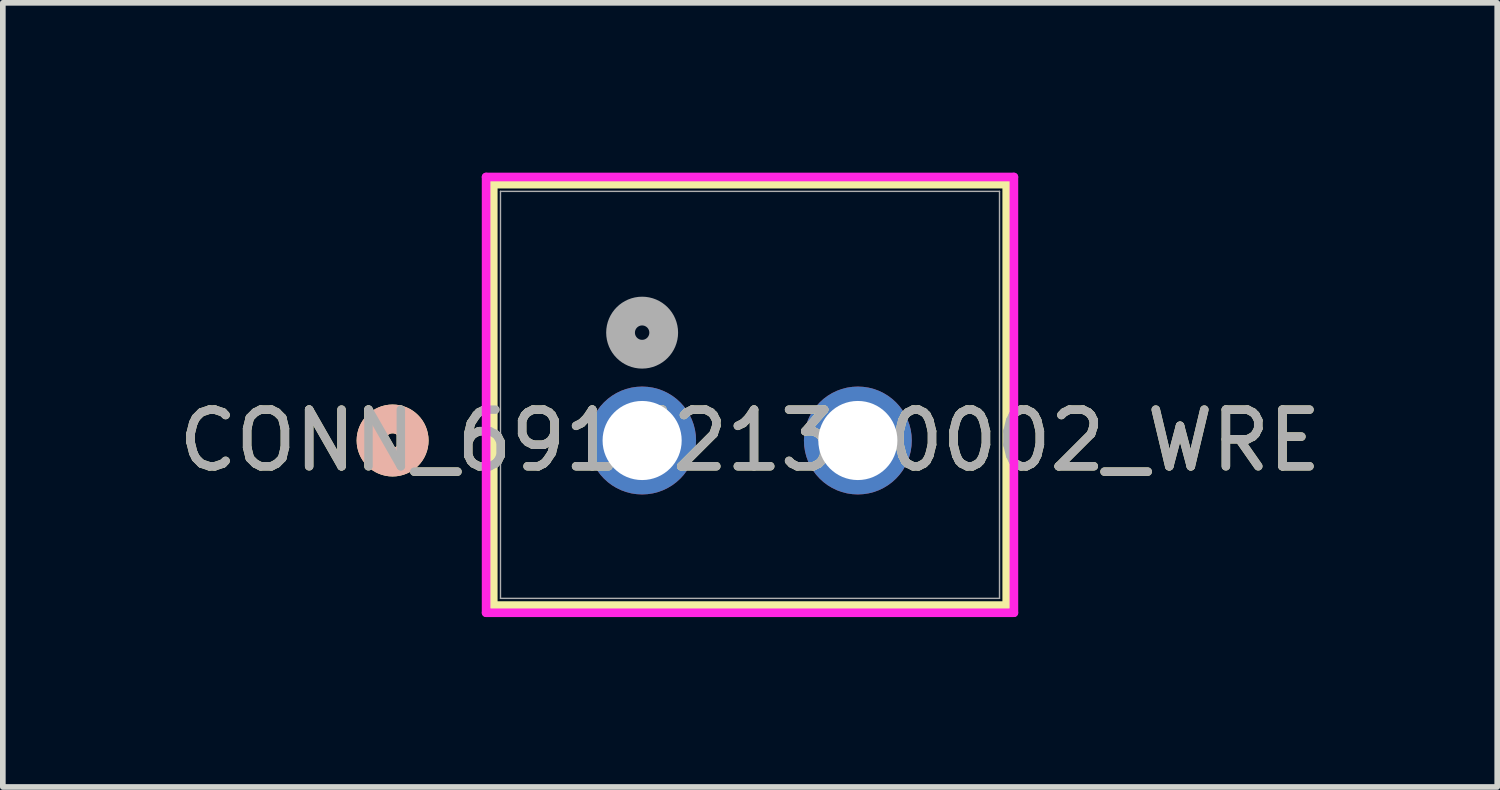
<source format=kicad_pcb>
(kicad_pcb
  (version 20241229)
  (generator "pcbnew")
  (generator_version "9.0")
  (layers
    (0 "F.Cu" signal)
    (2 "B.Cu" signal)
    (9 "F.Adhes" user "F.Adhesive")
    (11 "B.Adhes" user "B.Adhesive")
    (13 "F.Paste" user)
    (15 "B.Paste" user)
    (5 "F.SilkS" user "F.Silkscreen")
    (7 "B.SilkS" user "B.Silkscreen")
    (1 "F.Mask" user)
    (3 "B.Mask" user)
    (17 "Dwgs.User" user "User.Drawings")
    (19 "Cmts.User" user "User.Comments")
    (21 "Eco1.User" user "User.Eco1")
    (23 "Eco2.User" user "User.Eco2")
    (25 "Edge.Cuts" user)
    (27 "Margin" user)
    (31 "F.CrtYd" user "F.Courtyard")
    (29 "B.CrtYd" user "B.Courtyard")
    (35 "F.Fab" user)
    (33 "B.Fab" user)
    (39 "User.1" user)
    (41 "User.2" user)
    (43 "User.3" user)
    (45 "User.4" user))
  (footprint "CONN_691321300002_WRE"
    (layer "F.Cu")
    (at 8.291 4.73)
    (property "Reference" "CONN_691321300002_WRE" (at 1.905 0 0) (unlocked yes) (layer "F.SilkS") (effects (font (size 1 1) (thickness 0.15))))
    (attr through_hole)
    (fp_line (start -2.629 -4.527) (end -2.629 2.915) (stroke (width 0.152) (type solid)) (layer "F.SilkS"))
    (fp_line (start -2.629 2.915) (end 6.439 2.915) (stroke (width 0.152) (type solid)) (layer "F.SilkS"))
    (fp_line (start 6.439 -4.527) (end -2.629 -4.527) (stroke (width 0.152) (type solid)) (layer "F.SilkS"))
    (fp_line (start 6.439 2.915) (end 6.439 -4.527) (stroke (width 0.152) (type solid)) (layer "F.SilkS"))
    (fp_circle (center -4.407 0) (end -4.026 0) (stroke (width 0.508) (type solid)) (fill no) (layer "F.SilkS"))
    (fp_circle (center -4.407 0) (end -4.026 0) (stroke (width 0.508) (type solid)) (fill no) (layer "B.SilkS"))
    (fp_line (start -2.756 -4.654) (end -2.756 3.042) (stroke (width 0.152) (type solid)) (layer "F.CrtYd"))
    (fp_line (start -2.756 3.042) (end 6.566 3.042) (stroke (width 0.152) (type solid)) (layer "F.CrtYd"))
    (fp_line (start 6.566 -4.654) (end -2.756 -4.654) (stroke (width 0.152) (type solid)) (layer "F.CrtYd"))
    (fp_line (start 6.566 3.042) (end 6.566 -4.654) (stroke (width 0.152) (type solid)) (layer "F.CrtYd"))
    (fp_line (start -2.502 -4.4) (end -2.502 2.788) (stroke (width 0.025) (type solid)) (layer "F.Fab"))
    (fp_line (start -2.502 2.788) (end 6.312 2.788) (stroke (width 0.025) (type solid)) (layer "F.Fab"))
    (fp_line (start 6.312 -4.4) (end -2.502 -4.4) (stroke (width 0.025) (type solid)) (layer "F.Fab"))
    (fp_line (start 6.312 2.788) (end 6.312 -4.4) (stroke (width 0.025) (type solid)) (layer "F.Fab"))
    (fp_circle (center 0 -1.905) (end 0.381 -1.905) (stroke (width 0.508) (type solid)) (fill no) (layer "F.Fab"))
    (fp_text user "${REFERENCE}" (at 1.905 0 0) (unlocked yes) (layer "F.Fab") (effects (font (size 1 1) (thickness 0.15))))
    (pad "1" thru_hole circle (at 0 0) (size 1.905 1.905) (drill 1.397) (layers "*.Cu" "*.Mask"))
    (pad "2" thru_hole circle (at 3.81 0) (size 1.905 1.905) (drill 1.397) (layers "*.Cu" "*.Mask")))
  (gr_rect
    (start -3 -3)
    (end 23.393 10.849)
    (stroke (width 0.1) (type default))
    (fill no)
    (layer "Edge.Cuts")))
</source>
